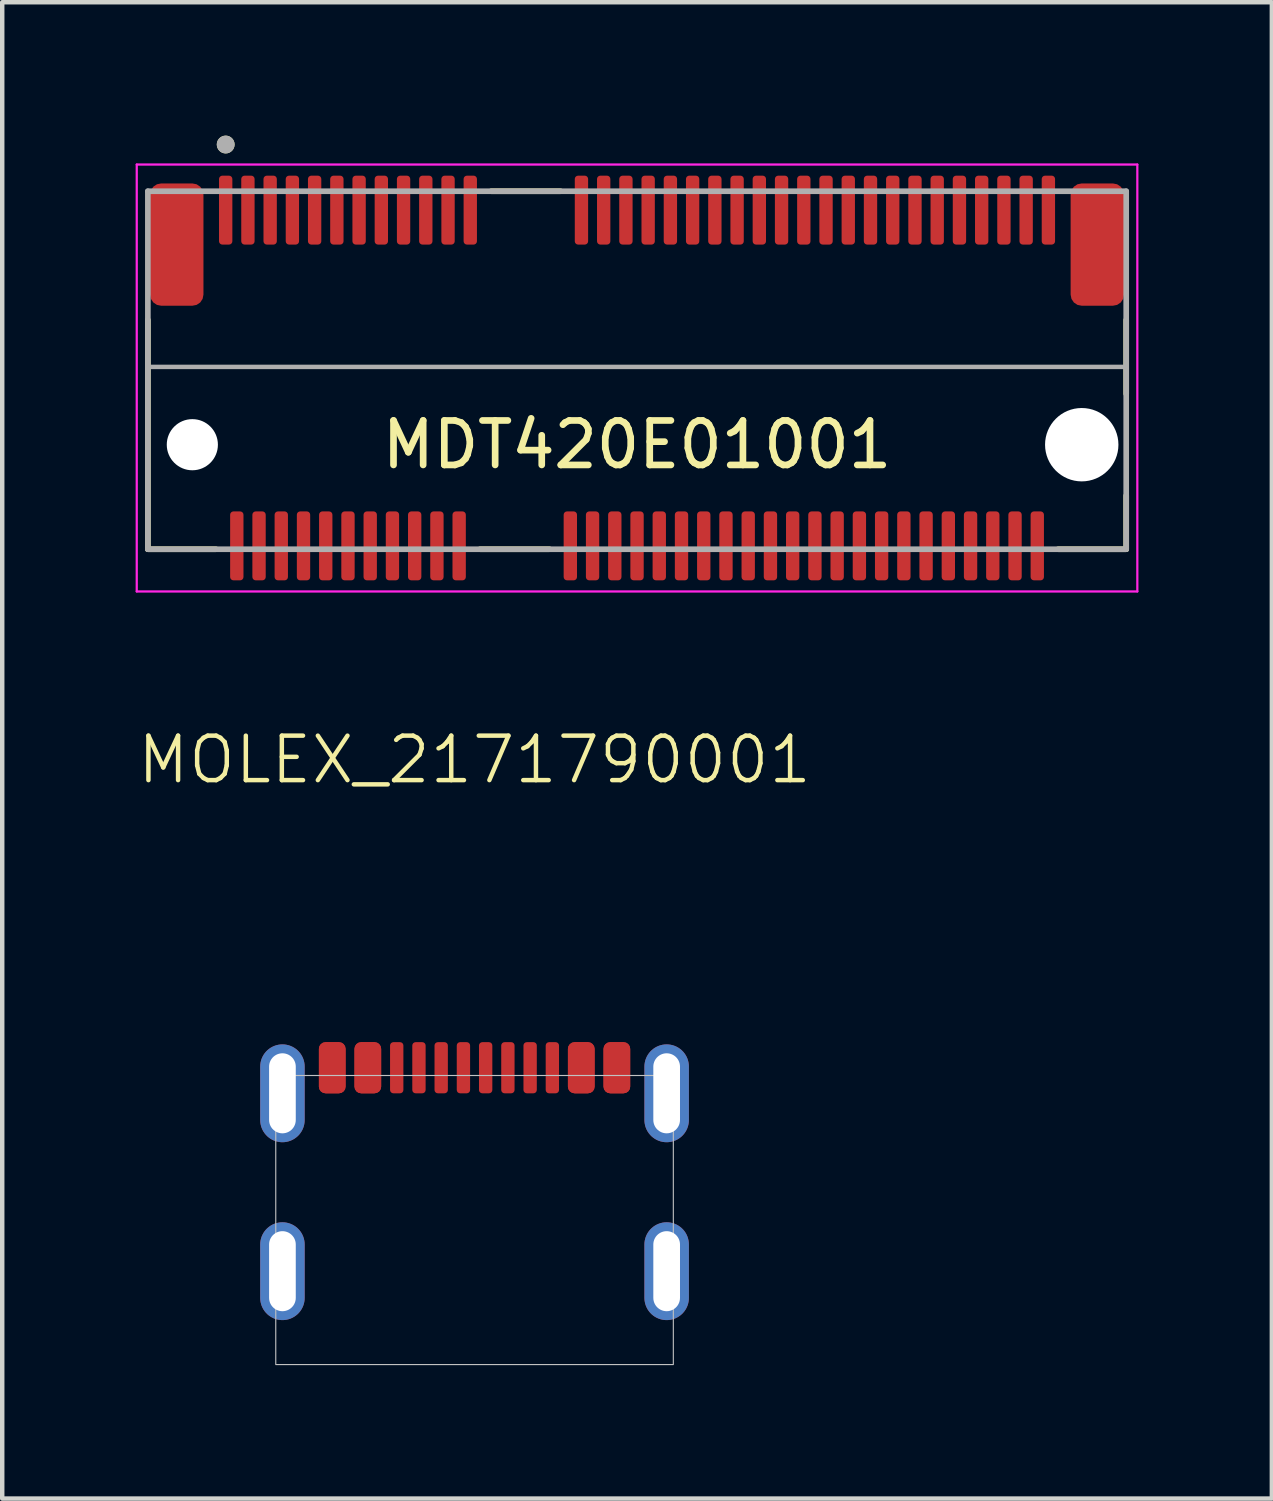
<source format=kicad_pcb>
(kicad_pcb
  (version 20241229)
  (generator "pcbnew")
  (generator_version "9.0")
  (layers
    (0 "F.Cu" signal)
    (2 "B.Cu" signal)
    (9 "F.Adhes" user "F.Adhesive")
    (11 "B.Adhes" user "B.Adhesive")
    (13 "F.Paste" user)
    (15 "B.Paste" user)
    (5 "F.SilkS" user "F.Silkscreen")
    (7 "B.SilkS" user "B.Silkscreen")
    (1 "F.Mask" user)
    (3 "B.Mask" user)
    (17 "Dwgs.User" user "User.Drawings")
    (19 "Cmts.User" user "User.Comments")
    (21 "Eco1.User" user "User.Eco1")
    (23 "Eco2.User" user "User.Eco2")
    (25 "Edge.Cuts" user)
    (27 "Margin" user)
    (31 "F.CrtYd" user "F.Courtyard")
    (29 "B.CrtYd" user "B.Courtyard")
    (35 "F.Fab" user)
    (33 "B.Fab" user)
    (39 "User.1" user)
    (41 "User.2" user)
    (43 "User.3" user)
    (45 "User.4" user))
  (footprint "MOLEX_2171790001"
    (layer "F.Cu")
    (at 7.621 25.535)
    (property "Reference" "MOLEX_2171790001" (at 0 -11.5 0) (unlocked yes) (layer "F.SilkS") (effects (font (size 1 1) (thickness 0.1))))
    (attr smd)
    (fp_rect (start -4.47 -4.4) (end 4.47 2.1) (stroke (width 0.025) (type default)) (fill no) (layer "Dwgs.User"))
    (pad "A1" smd roundrect (at -3.2 -4.575 90) (size 1.15 0.6) (layers "F.Cu" "F.Mask" "F.Paste") (roundrect_rratio 0.25))
    (pad "A4" smd roundrect (at -2.4 -4.575 90) (size 1.15 0.6) (layers "F.Cu" "F.Mask" "F.Paste") (roundrect_rratio 0.25))
    (pad "A5" smd roundrect (at -1.25 -4.575 90) (size 1.15 0.3) (layers "F.Cu" "F.Mask" "F.Paste") (roundrect_rratio 0.25))
    (pad "A6" smd roundrect (at -0.25 -4.575 90) (size 1.15 0.3) (layers "F.Cu" "F.Mask" "F.Paste") (roundrect_rratio 0.25))
    (pad "A7" smd roundrect (at 0.25 -4.575 90) (size 1.15 0.3) (layers "F.Cu" "F.Mask" "F.Paste") (roundrect_rratio 0.25))
    (pad "A8" smd roundrect (at 1.25 -4.575 90) (size 1.15 0.3) (layers "F.Cu" "F.Mask" "F.Paste") (roundrect_rratio 0.25))
    (pad "A9" smd roundrect (at 2.4 -4.575 90) (size 1.15 0.6) (layers "F.Cu" "F.Mask" "F.Paste") (roundrect_rratio 0.25))
    (pad "A12" smd roundrect (at 3.2 -4.575 90) (size 1.15 0.6) (layers "F.Cu" "F.Mask" "F.Paste") (roundrect_rratio 0.25))
    (pad "B1" smd roundrect (at 3.2 -4.575 90) (size 1.15 0.6) (layers "F.Cu" "F.Mask" "F.Paste") (roundrect_rratio 0.25))
    (pad "B4" smd roundrect (at 2.4 -4.575 90) (size 1.15 0.6) (layers "F.Cu" "F.Mask" "F.Paste") (roundrect_rratio 0.25))
    (pad "B5" smd roundrect (at 1.75 -4.575 90) (size 1.15 0.3) (layers "F.Cu" "F.Mask" "F.Paste") (roundrect_rratio 0.25))
    (pad "B6" smd roundrect (at 0.75 -4.575 90) (size 1.15 0.3) (layers "F.Cu" "F.Mask" "F.Paste") (roundrect_rratio 0.25))
    (pad "B7" smd roundrect (at -0.75 -4.575 90) (size 1.15 0.3) (layers "F.Cu" "F.Mask" "F.Paste") (roundrect_rratio 0.25))
    (pad "B8" smd roundrect (at -1.75 -4.575 90) (size 1.15 0.3) (layers "F.Cu" "F.Mask" "F.Paste") (roundrect_rratio 0.25))
    (pad "B9" smd roundrect (at -2.4 -4.575 90) (size 1.15 0.6) (layers "F.Cu" "F.Mask" "F.Paste") (roundrect_rratio 0.25))
    (pad "B12" smd roundrect (at -3.2 -4.575 90) (size 1.15 0.6) (layers "F.Cu" "F.Mask" "F.Paste") (roundrect_rratio 0.25))
    (pad "S1" thru_hole oval (at -4.32 -4) (size 1 2.2) (drill oval 0.6 1.8) (layers "*.Cu" "*.Mask"))
    (pad "S1" thru_hole oval (at -4.32 0) (size 1 2.2) (drill oval 0.6 1.8) (layers "*.Cu" "*.Mask"))
    (pad "S1" thru_hole oval (at 4.32 -4) (size 1 2.2) (drill oval 0.6 1.8) (layers "*.Cu" "*.Mask"))
    (pad "S1" thru_hole oval (at 4.32 0) (size 1 2.2) (drill oval 0.6 1.8) (layers "*.Cu" "*.Mask")))
  (footprint "MDT420E01001"
    (layer "F.Cu")
    (at 11.275 6.95)
    (property "Reference" "MDT420E01001" (at 0 0 0) (layer "F.SilkS") (effects (font (size 1 1) (thickness 0.15))))
    (attr smd)
    (fp_line (start -11 2.35) (end -11 -2.805) (stroke (width 0.127) (type solid)) (layer "F.SilkS"))
    (fp_line (start -9.47 2.35) (end -11 2.35) (stroke (width 0.127) (type solid)) (layer "F.SilkS"))
    (fp_line (start -3.53 2.35) (end -1.97 2.35) (stroke (width 0.127) (type solid)) (layer "F.SilkS"))
    (fp_line (start -3.28 -5.7) (end -1.72 -5.7) (stroke (width 0.127) (type solid)) (layer "F.SilkS"))
    (fp_line (start 11 -2.805) (end 11 -1.145) (stroke (width 0.127) (type solid)) (layer "F.SilkS"))
    (fp_line (start 11 2.35) (end 9.47 2.35) (stroke (width 0.127) (type solid)) (layer "F.SilkS"))
    (fp_line (start 11 2.35) (end 11 1.145) (stroke (width 0.127) (type solid)) (layer "F.SilkS"))
    (fp_circle (center -9.25 -6.75) (end -9.15 -6.75) (stroke (width 0.2) (type solid)) (fill no) (layer "F.SilkS"))
    (fp_line (start -11.25 -6.3) (end -11.25 3.3) (stroke (width 0.05) (type solid)) (layer "F.CrtYd"))
    (fp_line (start -11.25 3.3) (end 11.25 3.3) (stroke (width 0.05) (type solid)) (layer "F.CrtYd"))
    (fp_line (start 11.25 -6.3) (end -11.25 -6.3) (stroke (width 0.05) (type solid)) (layer "F.CrtYd"))
    (fp_line (start 11.25 3.3) (end 11.25 -6.3) (stroke (width 0.05) (type solid)) (layer "F.CrtYd"))
    (fp_line (start -11 -5.7) (end 11 -5.7) (stroke (width 0.127) (type solid)) (layer "F.Fab"))
    (fp_line (start -11 2.35) (end -11 -5.7) (stroke (width 0.127) (type solid)) (layer "F.Fab"))
    (fp_line (start 11 -5.7) (end 11 2.35) (stroke (width 0.127) (type solid)) (layer "F.Fab"))
    (fp_line (start 11 -1.75) (end -11 -1.75) (stroke (width 0.1) (type default)) (layer "F.Fab"))
    (fp_line (start 11 2.35) (end -11 2.35) (stroke (width 0.127) (type solid)) (layer "F.Fab"))
    (fp_circle (center -9.25 -6.75) (end -9.15 -6.75) (stroke (width 0.2) (type solid)) (fill no) (layer "F.Fab"))
    (pad "" np_thru_hole circle (at -10 0) (size 1.15 1.15) (drill 1.15) (layers "*.Cu" "*.Mask"))
    (pad "" np_thru_hole circle (at 10 0) (size 1.65 1.65) (drill 1.65) (layers "*.Cu" "*.Mask"))
    (pad "1" smd roundrect (at -9.25 -5.275) (size 0.3 1.55) (layers "F.Cu" "F.Mask" "F.Paste") (roundrect_rratio 0.25))
    (pad "2" smd roundrect (at -9 2.275) (size 0.3 1.55) (layers "F.Cu" "F.Mask" "F.Paste") (roundrect_rratio 0.25))
    (pad "3" smd roundrect (at -8.75 -5.275) (size 0.3 1.55) (layers "F.Cu" "F.Mask" "F.Paste") (roundrect_rratio 0.25))
    (pad "4" smd roundrect (at -8.5 2.275) (size 0.3 1.55) (layers "F.Cu" "F.Mask" "F.Paste") (roundrect_rratio 0.25))
    (pad "5" smd roundrect (at -8.25 -5.275) (size 0.3 1.55) (layers "F.Cu" "F.Mask" "F.Paste") (roundrect_rratio 0.25))
    (pad "6" smd roundrect (at -8 2.275) (size 0.3 1.55) (layers "F.Cu" "F.Mask" "F.Paste") (roundrect_rratio 0.25))
    (pad "7" smd roundrect (at -7.75 -5.275) (size 0.3 1.55) (layers "F.Cu" "F.Mask" "F.Paste") (roundrect_rratio 0.25))
    (pad "8" smd roundrect (at -7.5 2.275) (size 0.3 1.55) (layers "F.Cu" "F.Mask" "F.Paste") (roundrect_rratio 0.25))
    (pad "9" smd roundrect (at -7.25 -5.275) (size 0.3 1.55) (layers "F.Cu" "F.Mask" "F.Paste") (roundrect_rratio 0.25))
    (pad "10" smd roundrect (at -7 2.275) (size 0.3 1.55) (layers "F.Cu" "F.Mask" "F.Paste") (roundrect_rratio 0.25))
    (pad "11" smd roundrect (at -6.75 -5.275) (size 0.3 1.55) (layers "F.Cu" "F.Mask" "F.Paste") (roundrect_rratio 0.25))
    (pad "12" smd roundrect (at -6.5 2.275) (size 0.3 1.55) (layers "F.Cu" "F.Mask" "F.Paste") (roundrect_rratio 0.25))
    (pad "13" smd roundrect (at -6.25 -5.275) (size 0.3 1.55) (layers "F.Cu" "F.Mask" "F.Paste") (roundrect_rratio 0.25))
    (pad "14" smd roundrect (at -6 2.275) (size 0.3 1.55) (layers "F.Cu" "F.Mask" "F.Paste") (roundrect_rratio 0.25))
    (pad "15" smd roundrect (at -5.75 -5.275) (size 0.3 1.55) (layers "F.Cu" "F.Mask" "F.Paste") (roundrect_rratio 0.25))
    (pad "16" smd roundrect (at -5.5 2.275) (size 0.3 1.55) (layers "F.Cu" "F.Mask" "F.Paste") (roundrect_rratio 0.25))
    (pad "17" smd roundrect (at -5.25 -5.275) (size 0.3 1.55) (layers "F.Cu" "F.Mask" "F.Paste") (roundrect_rratio 0.25))
    (pad "18" smd roundrect (at -5 2.275) (size 0.3 1.55) (layers "F.Cu" "F.Mask" "F.Paste") (roundrect_rratio 0.25))
    (pad "19" smd roundrect (at -4.75 -5.275) (size 0.3 1.55) (layers "F.Cu" "F.Mask" "F.Paste") (roundrect_rratio 0.25))
    (pad "20" smd roundrect (at -4.5 2.275) (size 0.3 1.55) (layers "F.Cu" "F.Mask" "F.Paste") (roundrect_rratio 0.25))
    (pad "21" smd roundrect (at -4.25 -5.275) (size 0.3 1.55) (layers "F.Cu" "F.Mask" "F.Paste") (roundrect_rratio 0.25))
    (pad "22" smd roundrect (at -4 2.275) (size 0.3 1.55) (layers "F.Cu" "F.Mask" "F.Paste") (roundrect_rratio 0.25))
    (pad "23" smd roundrect (at -3.75 -5.275) (size 0.3 1.55) (layers "F.Cu" "F.Mask" "F.Paste") (roundrect_rratio 0.25))
    (pad "32" smd roundrect (at -1.5 2.275) (size 0.3 1.55) (layers "F.Cu" "F.Mask" "F.Paste") (roundrect_rratio 0.25))
    (pad "33" smd roundrect (at -1.25 -5.275) (size 0.3 1.55) (layers "F.Cu" "F.Mask" "F.Paste") (roundrect_rratio 0.25))
    (pad "34" smd roundrect (at -1 2.275) (size 0.3 1.55) (layers "F.Cu" "F.Mask" "F.Paste") (roundrect_rratio 0.25))
    (pad "35" smd roundrect (at -0.75 -5.275) (size 0.3 1.55) (layers "F.Cu" "F.Mask" "F.Paste") (roundrect_rratio 0.25))
    (pad "36" smd roundrect (at -0.5 2.275) (size 0.3 1.55) (layers "F.Cu" "F.Mask" "F.Paste") (roundrect_rratio 0.25))
    (pad "37" smd roundrect (at -0.25 -5.275) (size 0.3 1.55) (layers "F.Cu" "F.Mask" "F.Paste") (roundrect_rratio 0.25))
    (pad "38" smd roundrect (at 0 2.275) (size 0.3 1.55) (layers "F.Cu" "F.Mask" "F.Paste") (roundrect_rratio 0.25))
    (pad "39" smd roundrect (at 0.25 -5.275) (size 0.3 1.55) (layers "F.Cu" "F.Mask" "F.Paste") (roundrect_rratio 0.25))
    (pad "40" smd roundrect (at 0.5 2.275) (size 0.3 1.55) (layers "F.Cu" "F.Mask" "F.Paste") (roundrect_rratio 0.25))
    (pad "41" smd roundrect (at 0.75 -5.275) (size 0.3 1.55) (layers "F.Cu" "F.Mask" "F.Paste") (roundrect_rratio 0.25))
    (pad "42" smd roundrect (at 1 2.275) (size 0.3 1.55) (layers "F.Cu" "F.Mask" "F.Paste") (roundrect_rratio 0.25))
    (pad "43" smd roundrect (at 1.25 -5.275) (size 0.3 1.55) (layers "F.Cu" "F.Mask" "F.Paste") (roundrect_rratio 0.25))
    (pad "44" smd roundrect (at 1.5 2.275) (size 0.3 1.55) (layers "F.Cu" "F.Mask" "F.Paste") (roundrect_rratio 0.25))
    (pad "45" smd roundrect (at 1.75 -5.275) (size 0.3 1.55) (layers "F.Cu" "F.Mask" "F.Paste") (roundrect_rratio 0.25))
    (pad "46" smd roundrect (at 2 2.275) (size 0.3 1.55) (layers "F.Cu" "F.Mask" "F.Paste") (roundrect_rratio 0.25))
    (pad "47" smd roundrect (at 2.25 -5.275) (size 0.3 1.55) (layers "F.Cu" "F.Mask" "F.Paste") (roundrect_rratio 0.25))
    (pad "48" smd roundrect (at 2.5 2.275) (size 0.3 1.55) (layers "F.Cu" "F.Mask" "F.Paste") (roundrect_rratio 0.25))
    (pad "49" smd roundrect (at 2.75 -5.275) (size 0.3 1.55) (layers "F.Cu" "F.Mask" "F.Paste") (roundrect_rratio 0.25))
    (pad "50" smd roundrect (at 3 2.275) (size 0.3 1.55) (layers "F.Cu" "F.Mask" "F.Paste") (roundrect_rratio 0.25))
    (pad "51" smd roundrect (at 3.25 -5.275) (size 0.3 1.55) (layers "F.Cu" "F.Mask" "F.Paste") (roundrect_rratio 0.25))
    (pad "52" smd roundrect (at 3.5 2.275) (size 0.3 1.55) (layers "F.Cu" "F.Mask" "F.Paste") (roundrect_rratio 0.25))
    (pad "53" smd roundrect (at 3.75 -5.275) (size 0.3 1.55) (layers "F.Cu" "F.Mask" "F.Paste") (roundrect_rratio 0.25))
    (pad "54" smd roundrect (at 4 2.275) (size 0.3 1.55) (layers "F.Cu" "F.Mask" "F.Paste") (roundrect_rratio 0.25))
    (pad "55" smd roundrect (at 4.25 -5.275) (size 0.3 1.55) (layers "F.Cu" "F.Mask" "F.Paste") (roundrect_rratio 0.25))
    (pad "56" smd roundrect (at 4.5 2.275) (size 0.3 1.55) (layers "F.Cu" "F.Mask" "F.Paste") (roundrect_rratio 0.25))
    (pad "57" smd roundrect (at 4.75 -5.275) (size 0.3 1.55) (layers "F.Cu" "F.Mask" "F.Paste") (roundrect_rratio 0.25))
    (pad "58" smd roundrect (at 5 2.275) (size 0.3 1.55) (layers "F.Cu" "F.Mask" "F.Paste") (roundrect_rratio 0.25))
    (pad "59" smd roundrect (at 5.25 -5.275) (size 0.3 1.55) (layers "F.Cu" "F.Mask" "F.Paste") (roundrect_rratio 0.25))
    (pad "60" smd roundrect (at 5.5 2.275) (size 0.3 1.55) (layers "F.Cu" "F.Mask" "F.Paste") (roundrect_rratio 0.25))
    (pad "61" smd roundrect (at 5.75 -5.275) (size 0.3 1.55) (layers "F.Cu" "F.Mask" "F.Paste") (roundrect_rratio 0.25))
    (pad "62" smd roundrect (at 6 2.275) (size 0.3 1.55) (layers "F.Cu" "F.Mask" "F.Paste") (roundrect_rratio 0.25))
    (pad "63" smd roundrect (at 6.25 -5.275) (size 0.3 1.55) (layers "F.Cu" "F.Mask" "F.Paste") (roundrect_rratio 0.25))
    (pad "64" smd roundrect (at 6.5 2.275) (size 0.3 1.55) (layers "F.Cu" "F.Mask" "F.Paste") (roundrect_rratio 0.25))
    (pad "65" smd roundrect (at 6.75 -5.275) (size 0.3 1.55) (layers "F.Cu" "F.Mask" "F.Paste") (roundrect_rratio 0.25))
    (pad "66" smd roundrect (at 7 2.275) (size 0.3 1.55) (layers "F.Cu" "F.Mask" "F.Paste") (roundrect_rratio 0.25))
    (pad "67" smd roundrect (at 7.25 -5.275) (size 0.3 1.55) (layers "F.Cu" "F.Mask" "F.Paste") (roundrect_rratio 0.25))
    (pad "68" smd roundrect (at 7.5 2.275) (size 0.3 1.55) (layers "F.Cu" "F.Mask" "F.Paste") (roundrect_rratio 0.25))
    (pad "69" smd roundrect (at 7.75 -5.275) (size 0.3 1.55) (layers "F.Cu" "F.Mask" "F.Paste") (roundrect_rratio 0.25))
    (pad "70" smd roundrect (at 8 2.275) (size 0.3 1.55) (layers "F.Cu" "F.Mask" "F.Paste") (roundrect_rratio 0.25))
    (pad "71" smd roundrect (at 8.25 -5.275) (size 0.3 1.55) (layers "F.Cu" "F.Mask" "F.Paste") (roundrect_rratio 0.25))
    (pad "72" smd roundrect (at 8.5 2.275) (size 0.3 1.55) (layers "F.Cu" "F.Mask" "F.Paste") (roundrect_rratio 0.25))
    (pad "73" smd roundrect (at 8.75 -5.275) (size 0.3 1.55) (layers "F.Cu" "F.Mask" "F.Paste") (roundrect_rratio 0.25))
    (pad "74" smd roundrect (at 9 2.275) (size 0.3 1.55) (layers "F.Cu" "F.Mask" "F.Paste") (roundrect_rratio 0.25))
    (pad "75" smd roundrect (at 9.25 -5.275) (size 0.3 1.55) (layers "F.Cu" "F.Mask" "F.Paste") (roundrect_rratio 0.25))
    (pad "S1" smd roundrect (at -10.35 -4.5) (size 1.2 2.75) (layers "F.Cu" "F.Mask" "F.Paste") (roundrect_rratio 0.208))
    (pad "S2" smd roundrect (at 10.35 -4.5) (size 1.2 2.75) (layers "F.Cu" "F.Mask" "F.Paste") (roundrect_rratio 0.208)))
  (gr_rect
    (start -3 -3)
    (end 25.55 30.648)
    (stroke (width 0.1) (type default))
    (fill no)
    (layer "Edge.Cuts")))
</source>
